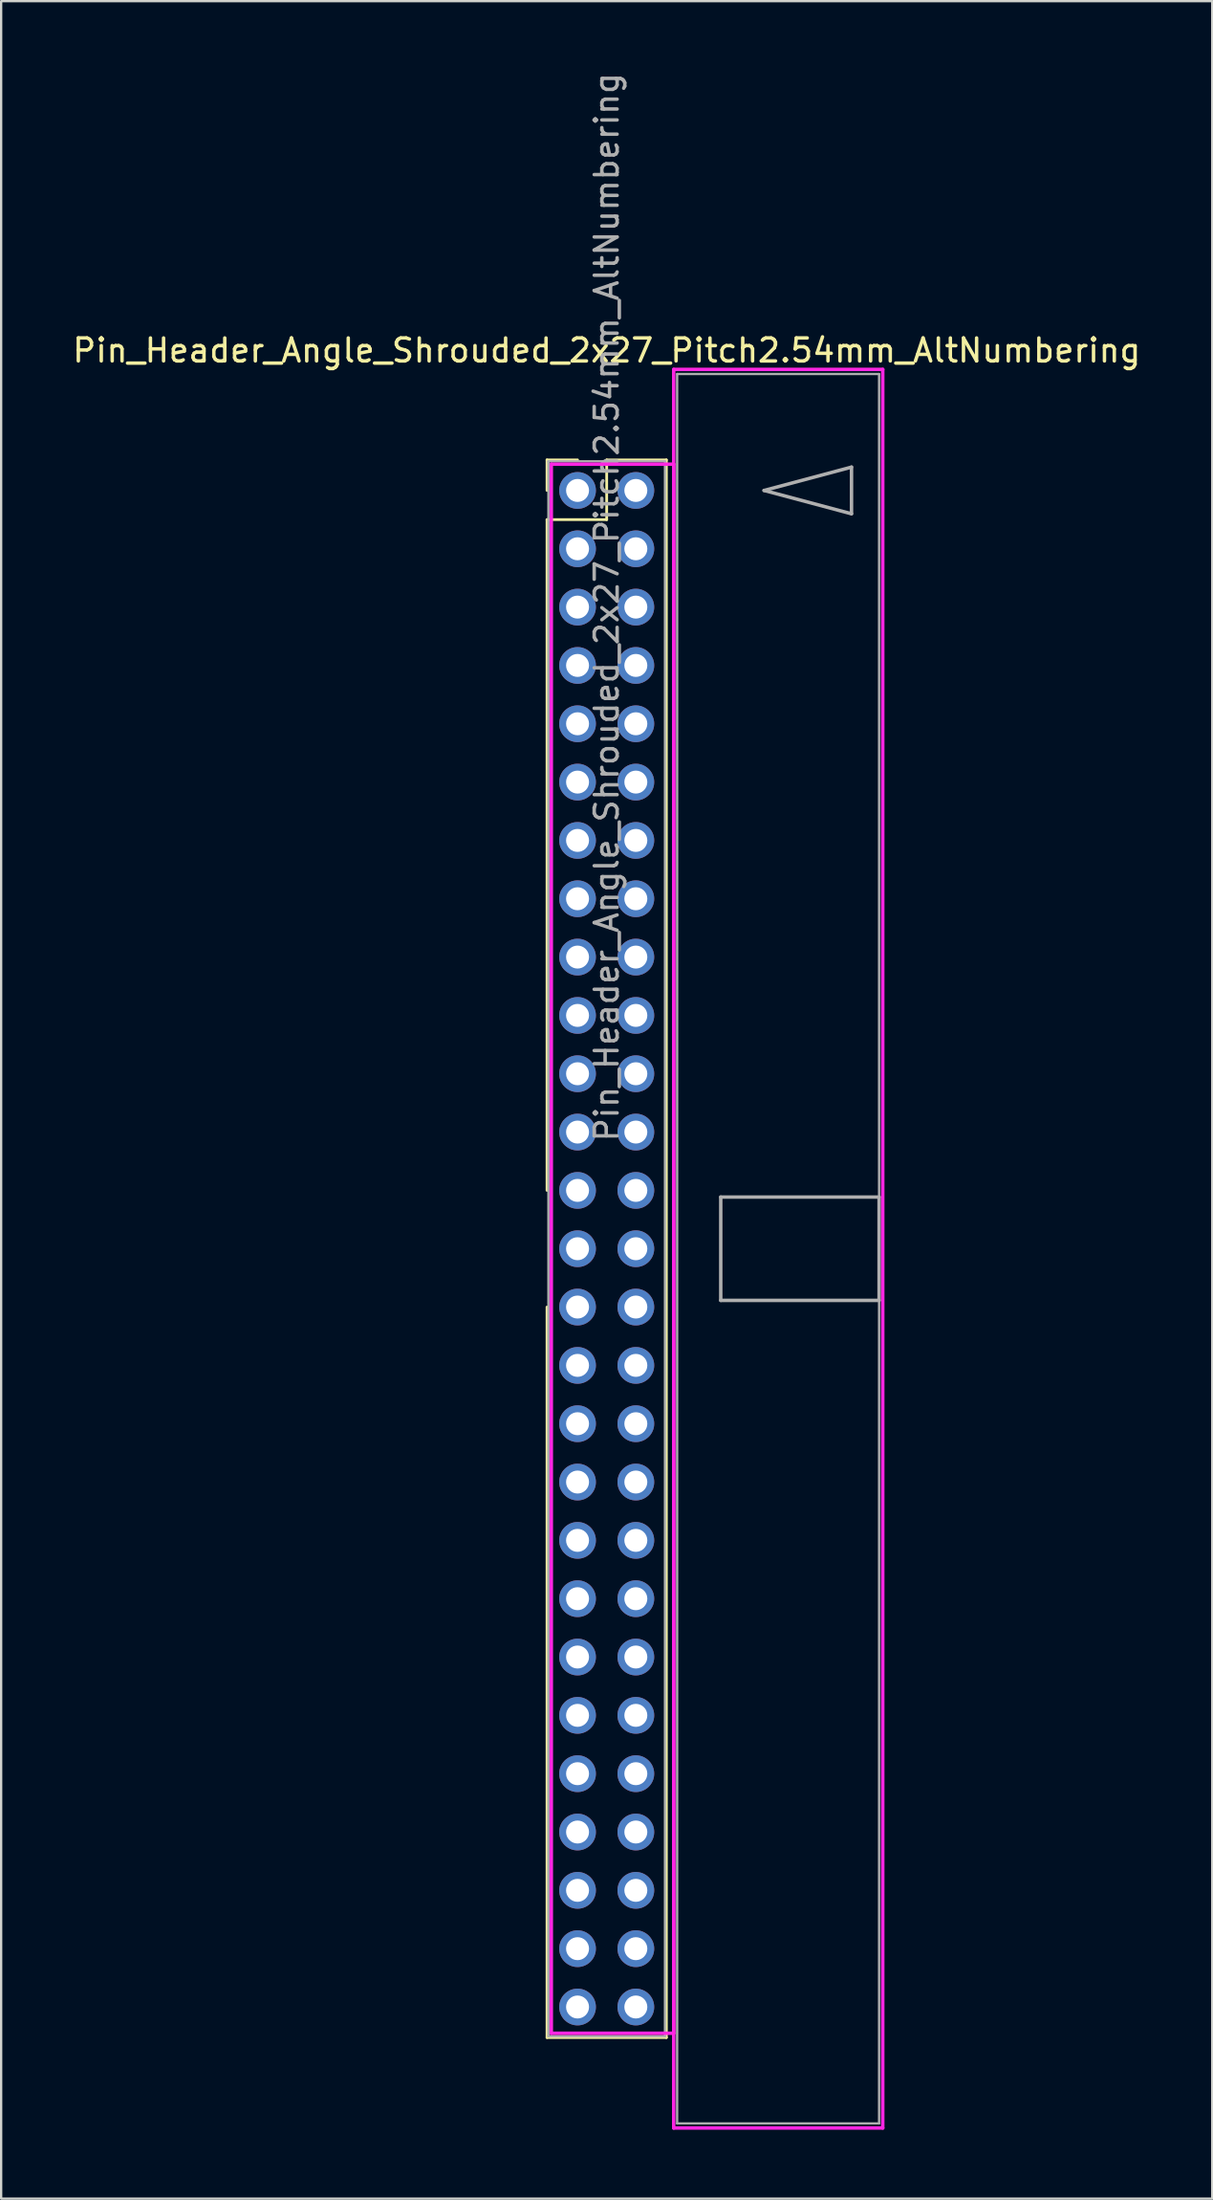
<source format=kicad_pcb>
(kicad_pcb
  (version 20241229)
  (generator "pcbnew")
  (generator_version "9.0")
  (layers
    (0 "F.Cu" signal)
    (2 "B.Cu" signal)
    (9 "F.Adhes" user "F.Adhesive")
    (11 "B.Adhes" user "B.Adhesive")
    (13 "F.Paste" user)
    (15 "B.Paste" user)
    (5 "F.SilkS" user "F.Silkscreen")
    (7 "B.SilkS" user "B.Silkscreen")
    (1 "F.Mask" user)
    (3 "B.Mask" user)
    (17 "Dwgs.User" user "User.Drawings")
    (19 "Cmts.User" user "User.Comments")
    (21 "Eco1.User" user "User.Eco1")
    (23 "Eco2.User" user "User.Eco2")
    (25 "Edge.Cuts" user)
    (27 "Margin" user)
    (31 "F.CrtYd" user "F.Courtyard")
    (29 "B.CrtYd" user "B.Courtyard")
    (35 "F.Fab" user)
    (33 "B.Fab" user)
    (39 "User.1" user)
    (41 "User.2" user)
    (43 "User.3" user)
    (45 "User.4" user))
  (footprint "Pin_Header_Angle_Shrouded_2x27_Pitch2.54mm_AltNumbering"
    (layer "F.Cu")
    (at 22.117 18.307)
    (property "Reference" "Pin_Header_Angle_Shrouded_2x27_Pitch2.54mm_AltNumbering" (at 1.27 -6.096 0) (layer "F.SilkS") (effects (font (size 1 1) (thickness 0.15))))
    (attr through_hole)
    (fp_line (start -1.33 -1.33) (end 0 -1.33) (stroke (width 0.12) (type solid)) (layer "F.SilkS"))
    (fp_line (start -1.33 0) (end -1.33 -1.33) (stroke (width 0.12) (type solid)) (layer "F.SilkS"))
    (fp_line (start -1.33 1.27) (end -1.33 30.48) (stroke (width 0.12) (type solid)) (layer "F.SilkS"))
    (fp_line (start -1.33 1.27) (end 1.27 1.27) (stroke (width 0.12) (type solid)) (layer "F.SilkS"))
    (fp_line (start -1.33 35.56) (end -1.33 67.37) (stroke (width 0.12) (type solid)) (layer "F.SilkS"))
    (fp_line (start -1.33 67.37) (end 3.87 67.37) (stroke (width 0.12) (type solid)) (layer "F.SilkS"))
    (fp_line (start 1.27 -1.33) (end 3.87 -1.33) (stroke (width 0.12) (type solid)) (layer "F.SilkS"))
    (fp_line (start 1.27 1.27) (end 1.27 -1.33) (stroke (width 0.12) (type solid)) (layer "F.SilkS"))
    (fp_line (start 3.87 -1.33) (end 3.87 67.37) (stroke (width 0.12) (type solid)) (layer "F.SilkS"))
    (fp_line (start -1.143 -1.143) (end -1.143 67.183) (stroke (width 0.15) (type solid)) (layer "F.CrtYd"))
    (fp_line (start -1.143 67.183) (end 4.19 67.183) (stroke (width 0.15) (type solid)) (layer "F.CrtYd"))
    (fp_line (start 4.19 -5.27) (end 4.19 71.31) (stroke (width 0.15) (type solid)) (layer "F.CrtYd"))
    (fp_line (start 4.19 -1.143) (end -1.143 -1.143) (stroke (width 0.15) (type solid)) (layer "F.CrtYd"))
    (fp_line (start 4.19 67.183) (end 4.19 -1.143) (stroke (width 0.15) (type solid)) (layer "F.CrtYd"))
    (fp_line (start 4.19 71.31) (end 13.3 71.31) (stroke (width 0.15) (type solid)) (layer "F.CrtYd"))
    (fp_line (start 13.3 -5.27) (end 4.19 -5.27) (stroke (width 0.15) (type solid)) (layer "F.CrtYd"))
    (fp_line (start 13.3 71.31) (end 13.3 -5.27) (stroke (width 0.15) (type solid)) (layer "F.CrtYd"))
    (fp_line (start -1.27 -1.27) (end -1.27 67.31) (stroke (width 0.1) (type solid)) (layer "F.Fab"))
    (fp_line (start -1.27 67.31) (end 3.81 67.31) (stroke (width 0.1) (type solid)) (layer "F.Fab"))
    (fp_line (start 3.81 -1.27) (end -1.27 -1.27) (stroke (width 0.1) (type solid)) (layer "F.Fab"))
    (fp_line (start 3.81 67.31) (end 3.81 -1.27) (stroke (width 0.1) (type solid)) (layer "F.Fab"))
    (fp_line (start 4.34 -5.07) (end 4.34 71.11) (stroke (width 0.1) (type solid)) (layer "F.Fab"))
    (fp_line (start 4.34 71.11) (end 13.14 71.11) (stroke (width 0.1) (type solid)) (layer "F.Fab"))
    (fp_line (start 6.24 30.77) (end 6.24 35.27) (stroke (width 0.15) (type solid)) (layer "F.Fab"))
    (fp_line (start 6.24 35.27) (end 13.14 35.27) (stroke (width 0.15) (type solid)) (layer "F.Fab"))
    (fp_line (start 8.128 0) (end 11.938 -1.016) (stroke (width 0.15) (type solid)) (layer "F.Fab"))
    (fp_line (start 11.938 -1.016) (end 11.938 1.016) (stroke (width 0.15) (type solid)) (layer "F.Fab"))
    (fp_line (start 11.938 1.016) (end 8.128 0) (stroke (width 0.15) (type solid)) (layer "F.Fab"))
    (fp_line (start 13.14 -5.07) (end 4.34 -5.07) (stroke (width 0.1) (type solid)) (layer "F.Fab"))
    (fp_line (start 13.14 30.77) (end 6.24 30.77) (stroke (width 0.15) (type solid)) (layer "F.Fab"))
    (fp_line (start 13.14 35.27) (end 13.14 30.77) (stroke (width 0.15) (type solid)) (layer "F.Fab"))
    (fp_line (start 13.14 71.11) (end 13.14 -5.07) (stroke (width 0.1) (type solid)) (layer "F.Fab"))
    (fp_text user "${REFERENCE}" (at 1.27 5.08 90) (layer "F.Fab") (effects (font (size 1 1) (thickness 0.15))))
    (pad "1" thru_hole oval (at 0 0) (size 1.6 1.6) (drill 1) (layers "*.Cu" "*.Mask"))
    (pad "2" thru_hole oval (at 0 2.54) (size 1.6 1.6) (drill 1) (layers "*.Cu" "*.Mask"))
    (pad "3" thru_hole oval (at 0 5.08) (size 1.6 1.6) (drill 1) (layers "*.Cu" "*.Mask"))
    (pad "4" thru_hole oval (at 0 7.62) (size 1.6 1.6) (drill 1) (layers "*.Cu" "*.Mask"))
    (pad "5" thru_hole oval (at 0 10.16) (size 1.6 1.6) (drill 1) (layers "*.Cu" "*.Mask"))
    (pad "6" thru_hole oval (at 0 12.7) (size 1.6 1.6) (drill 1) (layers "*.Cu" "*.Mask"))
    (pad "7" thru_hole oval (at 0 15.24) (size 1.6 1.6) (drill 1) (layers "*.Cu" "*.Mask"))
    (pad "8" thru_hole oval (at 0 17.78) (size 1.6 1.6) (drill 1) (layers "*.Cu" "*.Mask"))
    (pad "9" thru_hole oval (at 0 20.32) (size 1.6 1.6) (drill 1) (layers "*.Cu" "*.Mask"))
    (pad "10" thru_hole oval (at 0 22.86) (size 1.6 1.6) (drill 1) (layers "*.Cu" "*.Mask"))
    (pad "11" thru_hole oval (at 0 25.4) (size 1.6 1.6) (drill 1) (layers "*.Cu" "*.Mask"))
    (pad "12" thru_hole oval (at 0 27.94) (size 1.6 1.6) (drill 1) (layers "*.Cu" "*.Mask"))
    (pad "13" thru_hole oval (at 0 30.48) (size 1.6 1.6) (drill 1) (layers "*.Cu" "*.Mask"))
    (pad "14" thru_hole oval (at 0 33.02) (size 1.6 1.6) (drill 1) (layers "*.Cu" "*.Mask"))
    (pad "15" thru_hole oval (at 0 35.56) (size 1.6 1.6) (drill 1) (layers "*.Cu" "*.Mask"))
    (pad "16" thru_hole oval (at 0 38.1) (size 1.6 1.6) (drill 1) (layers "*.Cu" "*.Mask"))
    (pad "17" thru_hole oval (at 0 40.64) (size 1.6 1.6) (drill 1) (layers "*.Cu" "*.Mask"))
    (pad "18" thru_hole oval (at 0 43.18) (size 1.6 1.6) (drill 1) (layers "*.Cu" "*.Mask"))
    (pad "19" thru_hole oval (at 0 45.72) (size 1.6 1.6) (drill 1) (layers "*.Cu" "*.Mask"))
    (pad "20" thru_hole oval (at 0 48.26) (size 1.6 1.6) (drill 1) (layers "*.Cu" "*.Mask"))
    (pad "21" thru_hole oval (at 0 50.8) (size 1.6 1.6) (drill 1) (layers "*.Cu" "*.Mask"))
    (pad "22" thru_hole oval (at 0 53.34) (size 1.6 1.6) (drill 1) (layers "*.Cu" "*.Mask"))
    (pad "23" thru_hole oval (at 0 55.88) (size 1.6 1.6) (drill 1) (layers "*.Cu" "*.Mask"))
    (pad "24" thru_hole oval (at 0 58.42) (size 1.6 1.6) (drill 1) (layers "*.Cu" "*.Mask"))
    (pad "25" thru_hole oval (at 0 60.96) (size 1.6 1.6) (drill 1) (layers "*.Cu" "*.Mask"))
    (pad "26" thru_hole oval (at 0 63.5) (size 1.6 1.6) (drill 1) (layers "*.Cu" "*.Mask"))
    (pad "27" thru_hole oval (at 0 66.04) (size 1.6 1.6) (drill 1) (layers "*.Cu" "*.Mask"))
    (pad "28" thru_hole oval (at 2.54 0) (size 1.6 1.6) (drill 1) (layers "*.Cu" "*.Mask"))
    (pad "29" thru_hole oval (at 2.54 2.54) (size 1.6 1.6) (drill 1) (layers "*.Cu" "*.Mask"))
    (pad "30" thru_hole oval (at 2.54 5.08) (size 1.6 1.6) (drill 1) (layers "*.Cu" "*.Mask"))
    (pad "31" thru_hole oval (at 2.54 7.62) (size 1.6 1.6) (drill 1) (layers "*.Cu" "*.Mask"))
    (pad "32" thru_hole oval (at 2.54 10.16) (size 1.6 1.6) (drill 1) (layers "*.Cu" "*.Mask"))
    (pad "33" thru_hole oval (at 2.54 12.7) (size 1.6 1.6) (drill 1) (layers "*.Cu" "*.Mask"))
    (pad "34" thru_hole oval (at 2.54 15.24) (size 1.6 1.6) (drill 1) (layers "*.Cu" "*.Mask"))
    (pad "35" thru_hole oval (at 2.54 17.78) (size 1.6 1.6) (drill 1) (layers "*.Cu" "*.Mask"))
    (pad "36" thru_hole oval (at 2.54 20.32) (size 1.6 1.6) (drill 1) (layers "*.Cu" "*.Mask"))
    (pad "37" thru_hole oval (at 2.54 22.86) (size 1.6 1.6) (drill 1) (layers "*.Cu" "*.Mask"))
    (pad "38" thru_hole oval (at 2.54 25.4) (size 1.6 1.6) (drill 1) (layers "*.Cu" "*.Mask"))
    (pad "39" thru_hole oval (at 2.54 27.94) (size 1.6 1.6) (drill 1) (layers "*.Cu" "*.Mask"))
    (pad "40" thru_hole oval (at 2.54 30.48) (size 1.6 1.6) (drill 1) (layers "*.Cu" "*.Mask"))
    (pad "41" thru_hole oval (at 2.54 33.02) (size 1.6 1.6) (drill 1) (layers "*.Cu" "*.Mask"))
    (pad "42" thru_hole oval (at 2.54 35.56) (size 1.6 1.6) (drill 1) (layers "*.Cu" "*.Mask"))
    (pad "43" thru_hole oval (at 2.54 38.1) (size 1.6 1.6) (drill 1) (layers "*.Cu" "*.Mask"))
    (pad "44" thru_hole oval (at 2.54 40.64) (size 1.6 1.6) (drill 1) (layers "*.Cu" "*.Mask"))
    (pad "45" thru_hole oval (at 2.54 43.18) (size 1.6 1.6) (drill 1) (layers "*.Cu" "*.Mask"))
    (pad "46" thru_hole oval (at 2.54 45.72) (size 1.6 1.6) (drill 1) (layers "*.Cu" "*.Mask"))
    (pad "47" thru_hole oval (at 2.54 48.26) (size 1.6 1.6) (drill 1) (layers "*.Cu" "*.Mask"))
    (pad "48" thru_hole oval (at 2.54 50.8) (size 1.6 1.6) (drill 1) (layers "*.Cu" "*.Mask"))
    (pad "49" thru_hole oval (at 2.54 53.34) (size 1.6 1.6) (drill 1) (layers "*.Cu" "*.Mask"))
    (pad "50" thru_hole oval (at 2.54 55.88) (size 1.6 1.6) (drill 1) (layers "*.Cu" "*.Mask"))
    (pad "51" thru_hole oval (at 2.54 58.42) (size 1.6 1.6) (drill 1) (layers "*.Cu" "*.Mask"))
    (pad "52" thru_hole oval (at 2.54 60.96) (size 1.6 1.6) (drill 1) (layers "*.Cu" "*.Mask"))
    (pad "53" thru_hole oval (at 2.54 63.5) (size 1.6 1.6) (drill 1) (layers "*.Cu" "*.Mask"))
    (pad "54" thru_hole oval (at 2.54 66.04) (size 1.6 1.6) (drill 1) (layers "*.Cu" "*.Mask")))
  (gr_rect
    (start -3 -3)
    (end 49.774 92.692)
    (stroke (width 0.1) (type default))
    (fill no)
    (layer "Edge.Cuts")))
</source>
